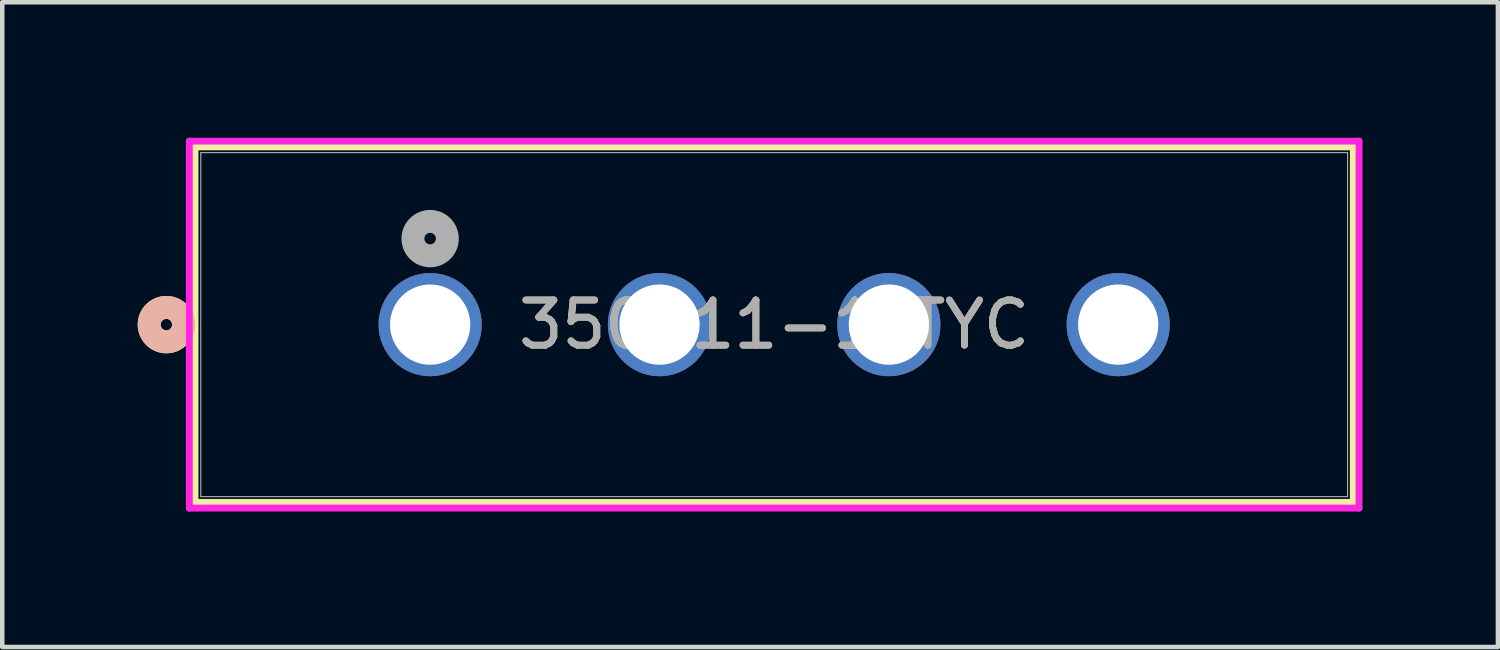
<source format=kicad_pcb>
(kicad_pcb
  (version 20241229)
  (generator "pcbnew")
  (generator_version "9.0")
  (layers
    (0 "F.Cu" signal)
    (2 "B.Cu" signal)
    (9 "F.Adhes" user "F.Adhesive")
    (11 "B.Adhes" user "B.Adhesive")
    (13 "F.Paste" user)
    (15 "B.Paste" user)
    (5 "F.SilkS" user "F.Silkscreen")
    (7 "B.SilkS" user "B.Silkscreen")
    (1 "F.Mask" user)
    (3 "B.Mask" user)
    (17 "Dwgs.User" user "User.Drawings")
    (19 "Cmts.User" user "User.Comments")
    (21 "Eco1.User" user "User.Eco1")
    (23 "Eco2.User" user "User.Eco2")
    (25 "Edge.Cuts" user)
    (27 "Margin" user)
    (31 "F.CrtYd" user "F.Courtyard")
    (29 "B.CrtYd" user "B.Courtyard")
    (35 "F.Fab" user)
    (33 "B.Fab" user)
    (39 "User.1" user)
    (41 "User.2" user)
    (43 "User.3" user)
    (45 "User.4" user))
  (footprint "350211-1_TYC"
    (layer "F.Cu")
    (at 6.477 4.14)
    (property "Reference" "350211-1_TYC" (at 7.62 0 0) (unlocked yes) (layer "F.SilkS") (effects (font (size 1 1) (thickness 0.15))))
    (attr through_hole)
    (fp_line (start -5.207 -3.937) (end -5.207 3.937) (stroke (width 0.152) (type solid)) (layer "F.SilkS"))
    (fp_line (start -5.207 3.937) (end 20.447 3.937) (stroke (width 0.152) (type solid)) (layer "F.SilkS"))
    (fp_line (start 20.447 -3.937) (end -5.207 -3.937) (stroke (width 0.152) (type solid)) (layer "F.SilkS"))
    (fp_line (start 20.447 3.937) (end 20.447 -3.937) (stroke (width 0.152) (type solid)) (layer "F.SilkS"))
    (fp_circle (center -5.842 0) (end -5.461 0) (stroke (width 0.508) (type solid)) (fill no) (layer "F.SilkS"))
    (fp_circle (center -5.842 0) (end -5.461 0) (stroke (width 0.508) (type solid)) (fill no) (layer "B.SilkS"))
    (fp_line (start -5.334 -4.064) (end -5.334 4.064) (stroke (width 0.152) (type solid)) (layer "F.CrtYd"))
    (fp_line (start -5.334 4.064) (end 20.574 4.064) (stroke (width 0.152) (type solid)) (layer "F.CrtYd"))
    (fp_line (start 20.574 -4.064) (end -5.334 -4.064) (stroke (width 0.152) (type solid)) (layer "F.CrtYd"))
    (fp_line (start 20.574 4.064) (end 20.574 -4.064) (stroke (width 0.152) (type solid)) (layer "F.CrtYd"))
    (fp_line (start -5.08 -3.81) (end -5.08 3.81) (stroke (width 0.025) (type solid)) (layer "F.Fab"))
    (fp_line (start -5.08 3.81) (end 20.32 3.81) (stroke (width 0.025) (type solid)) (layer "F.Fab"))
    (fp_line (start 20.32 -3.81) (end -5.08 -3.81) (stroke (width 0.025) (type solid)) (layer "F.Fab"))
    (fp_line (start 20.32 3.81) (end 20.32 -3.81) (stroke (width 0.025) (type solid)) (layer "F.Fab"))
    (fp_circle (center 0 -1.905) (end 0.381 -1.905) (stroke (width 0.508) (type solid)) (fill no) (layer "F.Fab"))
    (fp_text user "${REFERENCE}" (at 7.62 0 0) (unlocked yes) (layer "F.Fab") (effects (font (size 1 1) (thickness 0.15))))
    (pad "1" thru_hole circle (at 0 0) (size 2.286 2.286) (drill 1.778) (layers "*.Cu" "*.Mask"))
    (pad "2" thru_hole circle (at 5.08 0) (size 2.286 2.286) (drill 1.778) (layers "*.Cu" "*.Mask"))
    (pad "3" thru_hole circle (at 10.16 0) (size 2.286 2.286) (drill 1.778) (layers "*.Cu" "*.Mask"))
    (pad "4" thru_hole circle (at 15.24 0) (size 2.286 2.286) (drill 1.778) (layers "*.Cu" "*.Mask")))
  (gr_rect
    (start -3 -3)
    (end 30.127 11.28)
    (stroke (width 0.1) (type default))
    (fill no)
    (layer "Edge.Cuts")))
</source>
